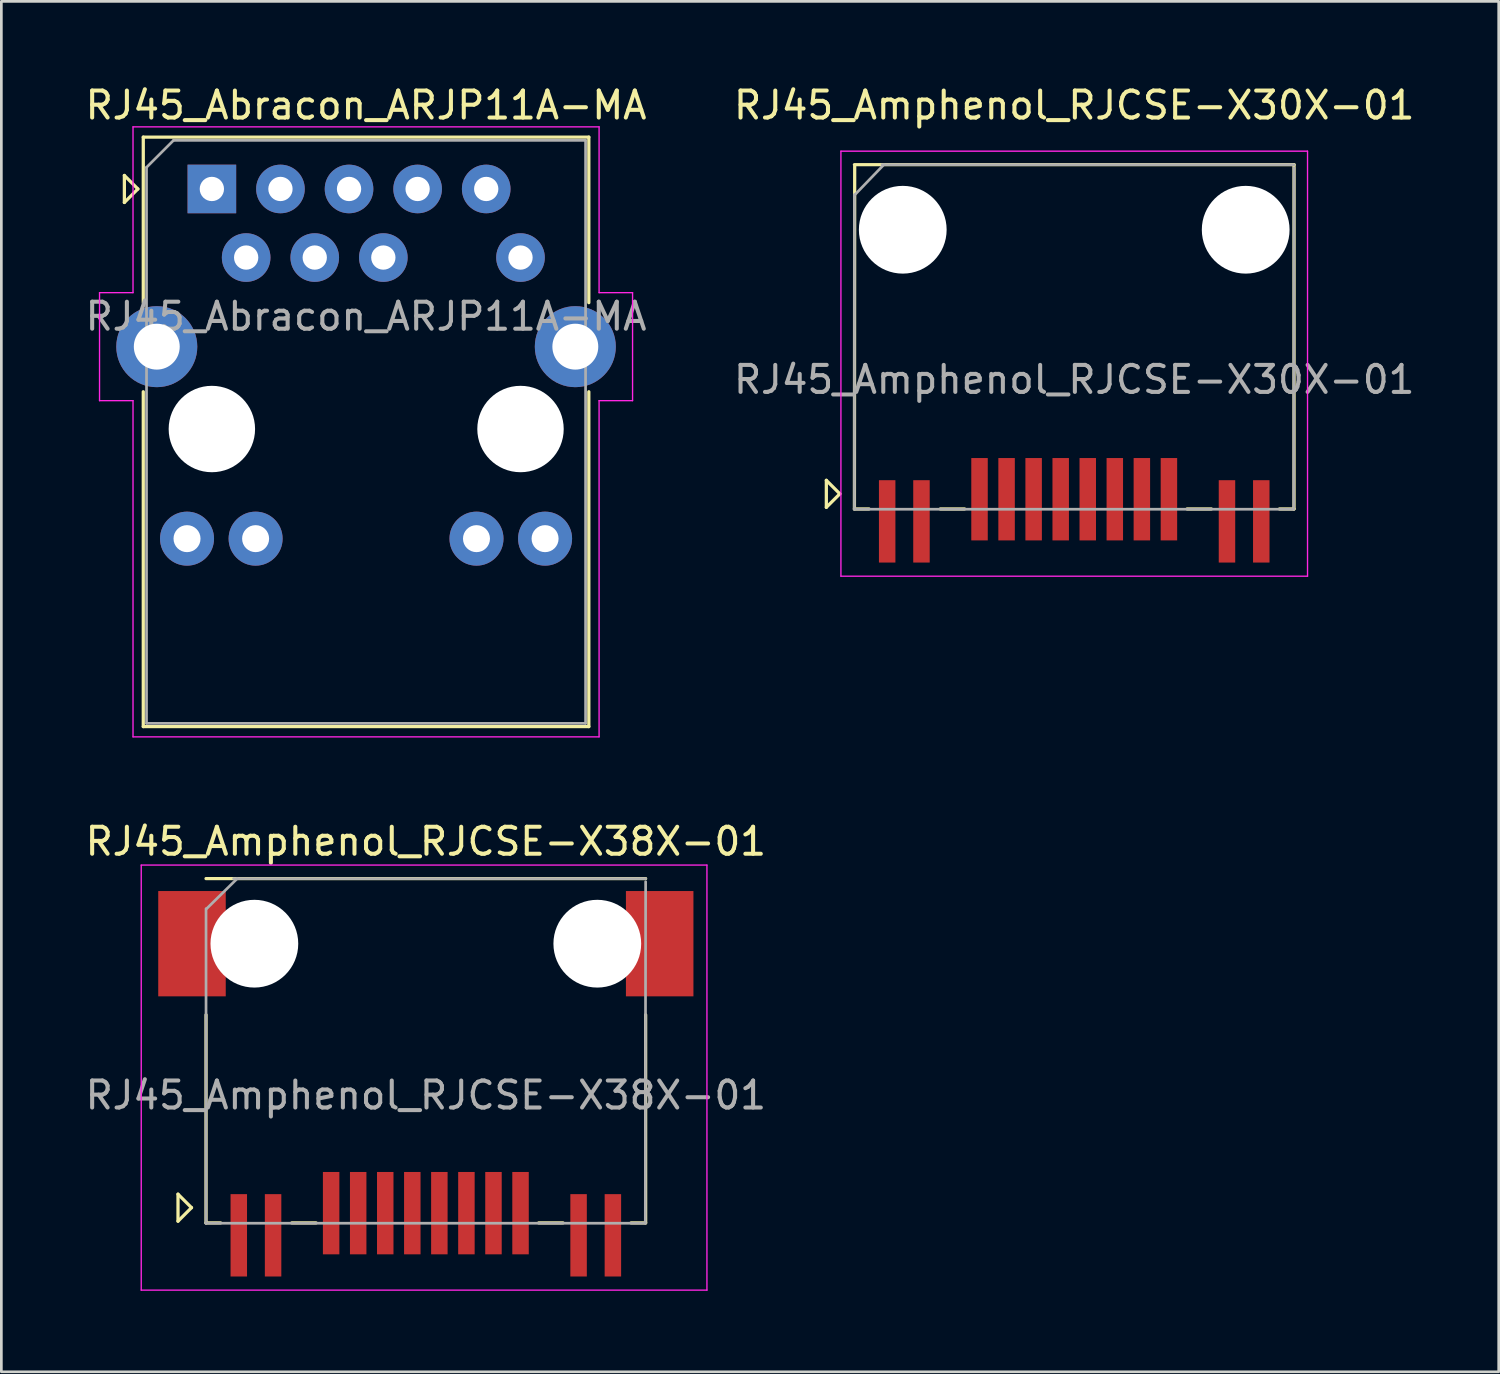
<source format=kicad_pcb>
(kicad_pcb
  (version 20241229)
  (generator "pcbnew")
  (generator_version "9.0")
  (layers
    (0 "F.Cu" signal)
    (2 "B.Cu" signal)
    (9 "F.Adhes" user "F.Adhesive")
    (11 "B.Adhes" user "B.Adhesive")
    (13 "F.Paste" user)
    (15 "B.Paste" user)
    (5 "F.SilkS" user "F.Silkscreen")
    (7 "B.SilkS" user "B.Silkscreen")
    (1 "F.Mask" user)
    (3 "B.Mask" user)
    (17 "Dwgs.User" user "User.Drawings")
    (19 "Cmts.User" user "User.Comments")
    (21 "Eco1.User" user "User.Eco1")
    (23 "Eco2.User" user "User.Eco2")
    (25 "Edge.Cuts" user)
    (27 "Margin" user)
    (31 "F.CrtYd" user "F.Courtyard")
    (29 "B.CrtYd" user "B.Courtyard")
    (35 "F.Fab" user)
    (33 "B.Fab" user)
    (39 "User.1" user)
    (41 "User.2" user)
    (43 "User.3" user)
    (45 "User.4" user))
  (footprint "RJ45_Abracon_ARJP11A-MA"
    (layer "F.Cu")
    (at 4.796 3.948)
    (property "Reference" "RJ45_Abracon_ARJP11A-MA" (at 5.71 -3.1 0) (layer "F.SilkS") (effects (font (size 1 1) (thickness 0.15))))
    (attr through_hole)
    (fp_line (start -3.24 -0.5) (end -3.24 0.5) (stroke (width 0.12) (type solid)) (layer "F.SilkS"))
    (fp_line (start -3.24 0.5) (end -2.74 0) (stroke (width 0.12) (type solid)) (layer "F.SilkS"))
    (fp_line (start -2.74 0) (end -3.24 -0.5) (stroke (width 0.12) (type solid)) (layer "F.SilkS"))
    (fp_line (start -2.54 -1.92) (end -2.54 4.21) (stroke (width 0.12) (type solid)) (layer "F.SilkS"))
    (fp_line (start -2.54 -1.92) (end 13.96 -1.92) (stroke (width 0.12) (type solid)) (layer "F.SilkS"))
    (fp_line (start -2.54 7.51) (end -2.54 19.91) (stroke (width 0.12) (type solid)) (layer "F.SilkS"))
    (fp_line (start -2.54 19.91) (end 13.96 19.91) (stroke (width 0.12) (type solid)) (layer "F.SilkS"))
    (fp_line (start 13.96 -1.92) (end 13.96 4.21) (stroke (width 0.12) (type solid)) (layer "F.SilkS"))
    (fp_line (start 13.96 7.51) (end 13.96 19.91) (stroke (width 0.12) (type solid)) (layer "F.SilkS"))
    (fp_line (start -4.16 3.84) (end -4.16 7.84) (stroke (width 0.05) (type solid)) (layer "F.CrtYd"))
    (fp_line (start -4.16 7.84) (end -2.92 7.84) (stroke (width 0.05) (type solid)) (layer "F.CrtYd"))
    (fp_line (start -2.92 -2.3) (end -2.92 3.84) (stroke (width 0.05) (type solid)) (layer "F.CrtYd"))
    (fp_line (start -2.92 -2.3) (end 14.34 -2.3) (stroke (width 0.05) (type solid)) (layer "F.CrtYd"))
    (fp_line (start -2.92 3.84) (end -4.16 3.84) (stroke (width 0.05) (type solid)) (layer "F.CrtYd"))
    (fp_line (start -2.92 7.84) (end -2.92 20.29) (stroke (width 0.05) (type solid)) (layer "F.CrtYd"))
    (fp_line (start -2.92 20.29) (end 14.34 20.29) (stroke (width 0.05) (type solid)) (layer "F.CrtYd"))
    (fp_line (start 14.34 -2.3) (end 14.34 3.84) (stroke (width 0.05) (type solid)) (layer "F.CrtYd"))
    (fp_line (start 14.34 7.84) (end 14.34 20.29) (stroke (width 0.05) (type solid)) (layer "F.CrtYd"))
    (fp_line (start 14.34 7.84) (end 15.58 7.84) (stroke (width 0.05) (type solid)) (layer "F.CrtYd"))
    (fp_line (start 15.58 3.84) (end 14.34 3.84) (stroke (width 0.05) (type solid)) (layer "F.CrtYd"))
    (fp_line (start 15.58 3.84) (end 15.58 7.84) (stroke (width 0.05) (type solid)) (layer "F.CrtYd"))
    (fp_line (start -2.42 -0.8) (end -1.42 -1.8) (stroke (width 0.1) (type solid)) (layer "F.Fab"))
    (fp_line (start -2.42 19.79) (end -2.42 -0.8) (stroke (width 0.1) (type solid)) (layer "F.Fab"))
    (fp_line (start -1.42 -1.8) (end 13.84 -1.8) (stroke (width 0.1) (type solid)) (layer "F.Fab"))
    (fp_line (start 13.84 -1.8) (end 13.84 19.79) (stroke (width 0.1) (type solid)) (layer "F.Fab"))
    (fp_line (start 13.84 19.79) (end -2.42 19.79) (stroke (width 0.1) (type solid)) (layer "F.Fab"))
    (fp_text user "${REFERENCE}" (at 5.71 4.72 0) (layer "F.Fab") (effects (font (size 1 1) (thickness 0.15))))
    (pad "" np_thru_hole circle (at 0 8.89) (size 3.2 3.2) (drill 3.2) (layers "*.Cu" "*.Mask"))
    (pad "" np_thru_hole circle (at 11.43 8.89) (size 3.2 3.2) (drill 3.2) (layers "*.Cu" "*.Mask"))
    (pad "1" thru_hole rect (at 0 0) (size 1.8 1.8) (drill 0.9) (layers "*.Cu" "*.Mask"))
    (pad "2" thru_hole circle (at 1.27 2.54) (size 1.8 1.8) (drill 0.9) (layers "*.Cu" "*.Mask"))
    (pad "3" thru_hole circle (at 2.54 0) (size 1.8 1.8) (drill 0.9) (layers "*.Cu" "*.Mask"))
    (pad "4" thru_hole circle (at 3.81 2.54) (size 1.8 1.8) (drill 0.9) (layers "*.Cu" "*.Mask"))
    (pad "5" thru_hole circle (at 5.08 0) (size 1.8 1.8) (drill 0.9) (layers "*.Cu" "*.Mask"))
    (pad "6" thru_hole circle (at 6.35 2.54) (size 1.8 1.8) (drill 0.9) (layers "*.Cu" "*.Mask"))
    (pad "7" thru_hole circle (at 7.62 0) (size 1.8 1.8) (drill 0.9) (layers "*.Cu" "*.Mask"))
    (pad "9" thru_hole circle (at 10.16 0) (size 1.8 1.8) (drill 0.9) (layers "*.Cu" "*.Mask"))
    (pad "10" thru_hole circle (at 11.43 2.54) (size 1.8 1.8) (drill 0.9) (layers "*.Cu" "*.Mask"))
    (pad "11" thru_hole circle (at -0.92 12.95) (size 2 2) (drill 1) (layers "*.Cu" "*.Mask"))
    (pad "12" thru_hole circle (at 1.62 12.95) (size 2 2) (drill 1) (layers "*.Cu" "*.Mask"))
    (pad "13" thru_hole circle (at 9.8 12.95) (size 2 2) (drill 1) (layers "*.Cu" "*.Mask"))
    (pad "14" thru_hole circle (at 12.34 12.95) (size 2 2) (drill 1) (layers "*.Cu" "*.Mask"))
    (pad "15" thru_hole circle (at -2.04 5.84) (size 3 3) (drill 1.7) (layers "*.Cu" "*.Mask"))
    (pad "15" thru_hole circle (at 13.46 5.84) (size 3 3) (drill 1.7) (layers "*.Cu" "*.Mask")))
  (footprint "RJ45_Amphenol_RJCSE-X38X-01"
    (layer "F.Cu")
    (at 12.72 37.51)
    (property "Reference" "RJ45_Amphenol_RJCSE-X38X-01" (at 0 -9.398 0) (layer "F.SilkS") (effects (font (size 1 1) (thickness 0.15))))
    (attr smd)
    (fp_line (start -9.178 3.664) (end -8.678 4.164) (stroke (width 0.12) (type solid)) (layer "F.SilkS"))
    (fp_line (start -9.178 4.664) (end -9.178 3.664) (stroke (width 0.12) (type solid)) (layer "F.SilkS"))
    (fp_line (start -8.678 4.164) (end -9.178 4.664) (stroke (width 0.12) (type solid)) (layer "F.SilkS"))
    (fp_line (start -8.14 -8.023) (end 8.14 -8.023) (stroke (width 0.12) (type solid)) (layer "F.SilkS"))
    (fp_line (start -8.14 -2.978) (end -8.14 4.728) (stroke (width 0.12) (type solid)) (layer "F.SilkS"))
    (fp_line (start -8.14 4.728) (end -7.6 4.728) (stroke (width 0.12) (type solid)) (layer "F.SilkS"))
    (fp_line (start -4.965 4.728) (end -4.064 4.728) (stroke (width 0.12) (type solid)) (layer "F.SilkS"))
    (fp_line (start 4.179 4.728) (end 5.08 4.728) (stroke (width 0.12) (type solid)) (layer "F.SilkS"))
    (fp_line (start 7.6 4.728) (end 8.14 4.728) (stroke (width 0.12) (type solid)) (layer "F.SilkS"))
    (fp_line (start 8.14 -2.978) (end 8.14 4.728) (stroke (width 0.12) (type solid)) (layer "F.SilkS"))
    (fp_line (start -10.54 -8.523) (end 10.41 -8.523) (stroke (width 0.05) (type solid)) (layer "F.CrtYd"))
    (fp_line (start -10.54 7.218) (end -10.54 -8.523) (stroke (width 0.05) (type solid)) (layer "F.CrtYd"))
    (fp_line (start -10.54 7.218) (end 10.41 7.218) (stroke (width 0.05) (type solid)) (layer "F.CrtYd"))
    (fp_line (start 10.41 7.218) (end 10.41 -8.523) (stroke (width 0.05) (type solid)) (layer "F.CrtYd"))
    (fp_line (start -8.152 4.74) (end 8.128 4.74) (stroke (width 0.1) (type solid)) (layer "F.Fab"))
    (fp_line (start -8.14 -6.908) (end -8.14 4.74) (stroke (width 0.1) (type solid)) (layer "F.Fab"))
    (fp_line (start -8.119 -6.908) (end -6.985 -8.023) (stroke (width 0.1) (type solid)) (layer "F.Fab"))
    (fp_line (start -7.119 -8.023) (end 8.14 -8.023) (stroke (width 0.1) (type solid)) (layer "F.Fab"))
    (fp_line (start 8.14 -7.908) (end 8.128 4.74) (stroke (width 0.1) (type solid)) (layer "F.Fab"))
    (fp_text user "${REFERENCE}" (at 0 0 0) (layer "F.Fab") (effects (font (size 1 1) (thickness 0.15))))
    (pad "" np_thru_hole circle (at -6.35 -5.612) (size 3.25 3.25) (drill 3.25) (layers "*.Cu" "*.Mask"))
    (pad "" np_thru_hole circle (at 6.35 -5.612) (size 3.25 3.25) (drill 3.25) (layers "*.Cu" "*.Mask"))
    (pad "1" smd rect (at -3.507 4.367) (size 0.61 3.05) (layers "F.Cu" "F.Mask" "F.Paste"))
    (pad "2" smd rect (at -2.505 4.367) (size 0.61 3.05) (layers "F.Cu" "F.Mask" "F.Paste"))
    (pad "3" smd rect (at -1.503 4.367) (size 0.61 3.05) (layers "F.Cu" "F.Mask" "F.Paste"))
    (pad "4" smd rect (at -0.501 4.367) (size 0.61 3.05) (layers "F.Cu" "F.Mask" "F.Paste"))
    (pad "5" smd rect (at 0.501 4.367) (size 0.61 3.05) (layers "F.Cu" "F.Mask" "F.Paste"))
    (pad "6" smd rect (at 1.503 4.367) (size 0.61 3.05) (layers "F.Cu" "F.Mask" "F.Paste"))
    (pad "7" smd rect (at 2.505 4.367) (size 0.61 3.05) (layers "F.Cu" "F.Mask" "F.Paste"))
    (pad "8" smd rect (at 3.507 4.367) (size 0.61 3.05) (layers "F.Cu" "F.Mask" "F.Paste"))
    (pad "9" smd rect (at -6.927 5.188) (size 0.61 3.05) (layers "F.Cu" "F.Mask" "F.Paste"))
    (pad "10" smd rect (at -5.657 5.188) (size 0.61 3.05) (layers "F.Cu" "F.Mask" "F.Paste"))
    (pad "11" smd rect (at 5.657 5.188) (size 0.61 3.05) (layers "F.Cu" "F.Mask" "F.Paste"))
    (pad "12" smd rect (at 6.927 5.188) (size 0.61 3.05) (layers "F.Cu" "F.Mask" "F.Paste"))
    (pad "SH" smd rect (at -8.66 -5.612) (size 2.5 3.9) (layers "F.Cu" "F.Mask" "F.Paste"))
    (pad "SH" smd rect (at 8.66 -5.612) (size 2.5 3.9) (layers "F.Cu" "F.Mask" "F.Paste")))
  (footprint "RJ45_Amphenol_RJCSE-X30X-01"
    (layer "F.Cu")
    (at 36.732 11.008)
    (property "Reference" "RJ45_Amphenol_RJCSE-X30X-01" (at 0 -10.16 0) (layer "F.SilkS") (effects (font (size 1 1) (thickness 0.15))))
    (attr smd)
    (fp_line (start -9.18 3.73) (end -8.68 4.23) (stroke (width 0.12) (type solid)) (layer "F.SilkS"))
    (fp_line (start -9.18 4.73) (end -9.18 3.73) (stroke (width 0.12) (type solid)) (layer "F.SilkS"))
    (fp_line (start -8.68 4.23) (end -9.18 4.73) (stroke (width 0.12) (type solid)) (layer "F.SilkS"))
    (fp_line (start -8.14 -7.96) (end 8.14 -7.96) (stroke (width 0.12) (type solid)) (layer "F.SilkS"))
    (fp_line (start -8.14 4.79) (end -7.6 4.79) (stroke (width 0.12) (type solid)) (layer "F.SilkS"))
    (fp_line (start -8.13 -7.9) (end -8.14 4.79) (stroke (width 0.12) (type solid)) (layer "F.SilkS"))
    (fp_line (start -4.96 4.79) (end -4.06 4.79) (stroke (width 0.12) (type solid)) (layer "F.SilkS"))
    (fp_line (start 4.18 4.79) (end 5.08 4.79) (stroke (width 0.12) (type solid)) (layer "F.SilkS"))
    (fp_line (start 7.6 4.79) (end 8.14 4.79) (stroke (width 0.12) (type solid)) (layer "F.SilkS"))
    (fp_line (start 8.14 -7.96) (end 8.14 4.79) (stroke (width 0.12) (type solid)) (layer "F.SilkS"))
    (fp_line (start -8.64 -8.46) (end 8.64 -8.46) (stroke (width 0.05) (type solid)) (layer "F.CrtYd"))
    (fp_line (start -8.64 7.28) (end -8.64 -8.46) (stroke (width 0.05) (type solid)) (layer "F.CrtYd"))
    (fp_line (start -8.64 7.28) (end 8.64 7.28) (stroke (width 0.05) (type solid)) (layer "F.CrtYd"))
    (fp_line (start 8.64 7.28) (end 8.64 -8.46) (stroke (width 0.05) (type solid)) (layer "F.CrtYd"))
    (fp_line (start -8.15 4.8) (end 8.13 4.8) (stroke (width 0.1) (type solid)) (layer "F.Fab"))
    (fp_line (start -8.14 -6.85) (end -8.14 4.8) (stroke (width 0.1) (type solid)) (layer "F.Fab"))
    (fp_line (start -8.12 -6.85) (end -7.05 -7.96) (stroke (width 0.1) (type solid)) (layer "F.Fab"))
    (fp_line (start -7.12 -7.96) (end 8.14 -7.96) (stroke (width 0.1) (type solid)) (layer "F.Fab"))
    (fp_line (start 8.14 -7.85) (end 8.13 4.8) (stroke (width 0.1) (type solid)) (layer "F.Fab"))
    (fp_text user "${REFERENCE}" (at 0 0 0) (layer "F.Fab") (effects (font (size 1 1) (thickness 0.15))))
    (pad "" np_thru_hole circle (at -6.35 -5.55) (size 3.25 3.25) (drill 3.25) (layers "*.Cu" "*.Mask"))
    (pad "" np_thru_hole circle (at 6.35 -5.55) (size 3.25 3.25) (drill 3.25) (layers "*.Cu" "*.Mask"))
    (pad "1" smd rect (at -3.507 4.43) (size 0.61 3.05) (layers "F.Cu" "F.Mask" "F.Paste"))
    (pad "2" smd rect (at -2.505 4.43) (size 0.61 3.05) (layers "F.Cu" "F.Mask" "F.Paste"))
    (pad "3" smd rect (at -1.503 4.43) (size 0.61 3.05) (layers "F.Cu" "F.Mask" "F.Paste"))
    (pad "4" smd rect (at -0.501 4.43) (size 0.61 3.05) (layers "F.Cu" "F.Mask" "F.Paste"))
    (pad "5" smd rect (at 0.501 4.43) (size 0.61 3.05) (layers "F.Cu" "F.Mask" "F.Paste"))
    (pad "6" smd rect (at 1.503 4.43) (size 0.61 3.05) (layers "F.Cu" "F.Mask" "F.Paste"))
    (pad "7" smd rect (at 2.505 4.43) (size 0.61 3.05) (layers "F.Cu" "F.Mask" "F.Paste"))
    (pad "8" smd rect (at 3.507 4.43) (size 0.61 3.05) (layers "F.Cu" "F.Mask" "F.Paste"))
    (pad "9" smd rect (at -6.927 5.25) (size 0.61 3.05) (layers "F.Cu" "F.Mask" "F.Paste"))
    (pad "10" smd rect (at -5.657 5.25) (size 0.61 3.05) (layers "F.Cu" "F.Mask" "F.Paste"))
    (pad "11" smd rect (at 5.657 5.25) (size 0.61 3.05) (layers "F.Cu" "F.Mask" "F.Paste"))
    (pad "12" smd rect (at 6.927 5.25) (size 0.61 3.05) (layers "F.Cu" "F.Mask" "F.Paste")))
  (gr_rect
    (start -3 -3)
    (end 52.452 47.752)
    (stroke (width 0.1) (type default))
    (fill no)
    (layer "Edge.Cuts")))
</source>
